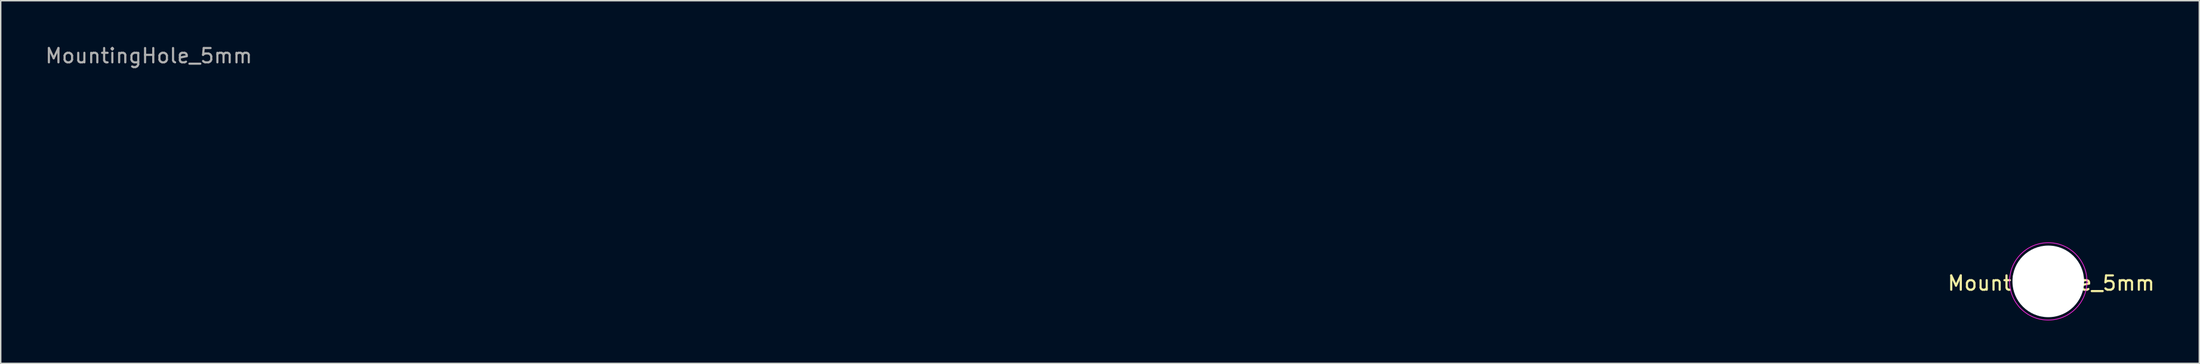
<source format=kicad_pcb>
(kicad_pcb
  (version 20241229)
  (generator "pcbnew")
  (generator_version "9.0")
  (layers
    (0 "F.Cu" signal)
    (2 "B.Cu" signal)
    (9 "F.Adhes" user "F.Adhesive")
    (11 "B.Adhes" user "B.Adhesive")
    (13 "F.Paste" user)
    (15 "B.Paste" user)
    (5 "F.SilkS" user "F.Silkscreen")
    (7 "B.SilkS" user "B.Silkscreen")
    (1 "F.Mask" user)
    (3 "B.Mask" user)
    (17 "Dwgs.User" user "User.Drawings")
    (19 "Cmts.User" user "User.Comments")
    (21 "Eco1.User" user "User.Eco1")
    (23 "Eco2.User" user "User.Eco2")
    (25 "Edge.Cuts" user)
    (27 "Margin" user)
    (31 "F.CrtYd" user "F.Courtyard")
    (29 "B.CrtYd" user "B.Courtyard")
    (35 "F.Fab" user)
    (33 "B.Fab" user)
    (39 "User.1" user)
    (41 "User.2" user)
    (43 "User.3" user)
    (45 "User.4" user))
  (footprint "MountingHole_5mm"
    (layer "F.Cu")
    (at 139.927 16.596)
    (property "Reference" "MountingHole_5mm" (at 0.203 0.127 0) (layer "F.SilkS") (effects (font (size 1 1) (thickness 0.15))))
    (attr exclude_from_pos_files exclude_from_bom)
    (fp_circle (center 0 0) (end 2.7 0) (stroke (width 0.05) (type solid)) (fill no) (layer "F.CrtYd"))
    (fp_text user "${REFERENCE}" (at -132.588 -15.748 0) (layer "F.Fab") (effects (font (size 1 1) (thickness 0.15))))
    (pad "" np_thru_hole circle (at 0 0) (size 5 5) (drill 5) (layers "*.Cu" "*.Mask")))
  (gr_rect
    (start -3 -3)
    (end 150.47 22.321)
    (stroke (width 0.1) (type default))
    (fill no)
    (layer "Edge.Cuts")))
</source>
